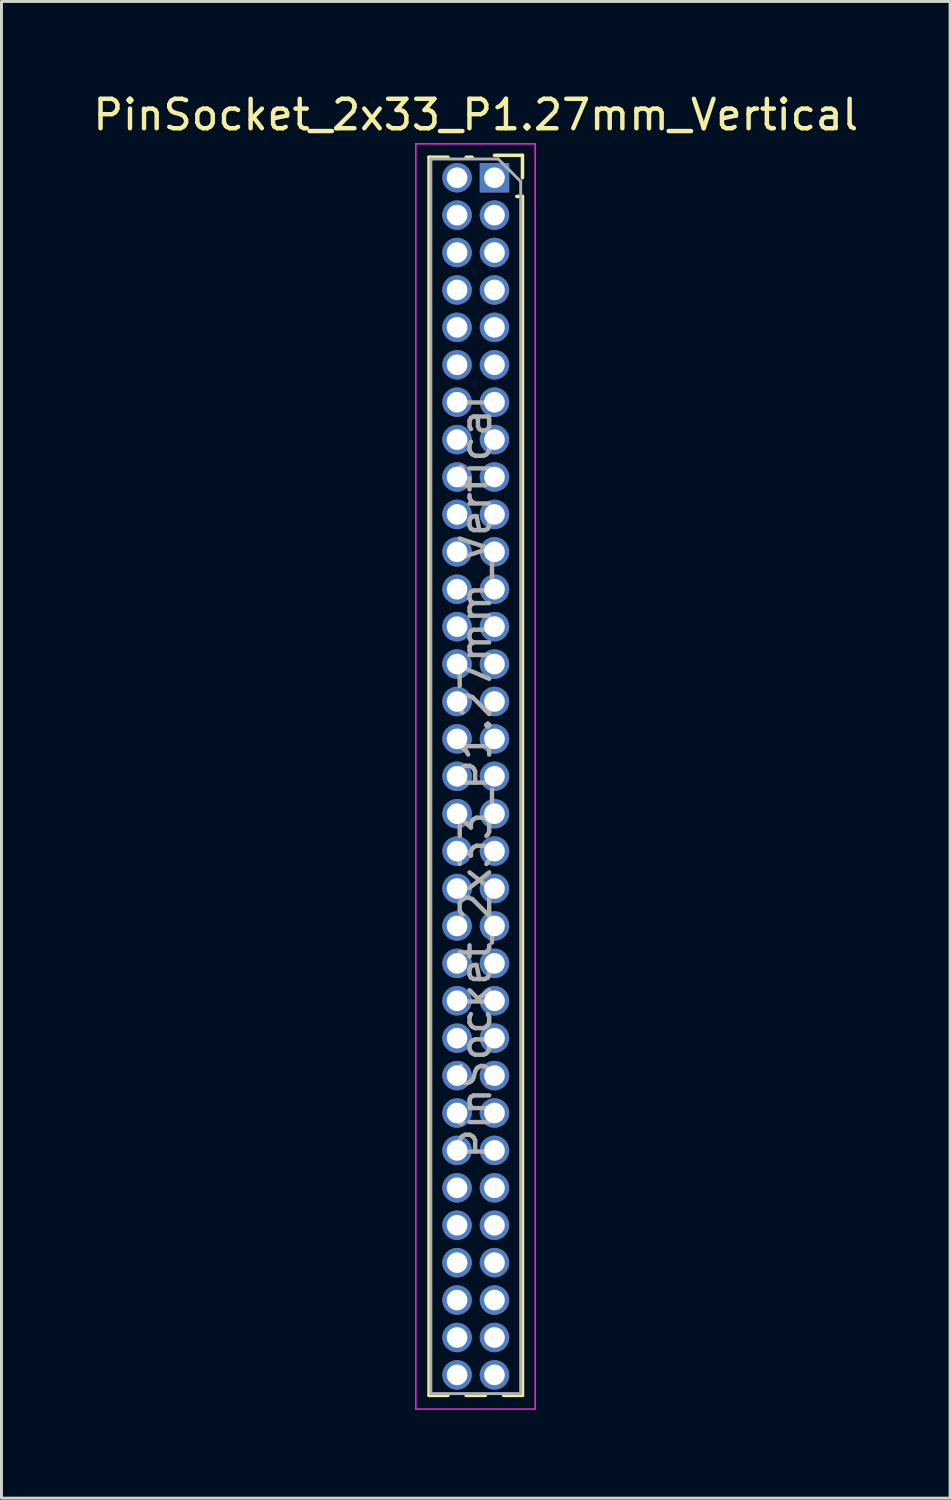
<source format=kicad_pcb>
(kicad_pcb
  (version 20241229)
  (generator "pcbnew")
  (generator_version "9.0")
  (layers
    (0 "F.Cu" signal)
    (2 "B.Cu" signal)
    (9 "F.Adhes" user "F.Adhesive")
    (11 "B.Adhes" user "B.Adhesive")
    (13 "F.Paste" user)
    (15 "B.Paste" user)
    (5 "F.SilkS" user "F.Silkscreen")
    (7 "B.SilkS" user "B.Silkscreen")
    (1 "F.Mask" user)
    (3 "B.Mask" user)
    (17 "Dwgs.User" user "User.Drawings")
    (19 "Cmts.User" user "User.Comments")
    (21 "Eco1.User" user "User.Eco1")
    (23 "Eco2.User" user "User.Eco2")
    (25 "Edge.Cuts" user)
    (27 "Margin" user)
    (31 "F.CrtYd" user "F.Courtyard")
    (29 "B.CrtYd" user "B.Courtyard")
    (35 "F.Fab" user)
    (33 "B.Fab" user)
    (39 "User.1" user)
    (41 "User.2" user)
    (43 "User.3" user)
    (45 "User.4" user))
  (footprint "PinSocket_2x33_P1.27mm_Vertical"
    (layer "F.Cu")
    (at 13.736 2.983)
    (property "Reference" "PinSocket_2x33_P1.27mm_Vertical" (at -0.635 -2.135 0) (layer "F.SilkS") (effects (font (size 1 1) (thickness 0.15))))
    (attr through_hole)
    (fp_line (start -2.22 -0.695) (end -2.22 41.335) (stroke (width 0.12) (type solid)) (layer "F.SilkS"))
    (fp_line (start -2.22 -0.695) (end -1.578 -0.695) (stroke (width 0.12) (type solid)) (layer "F.SilkS"))
    (fp_line (start -2.22 41.335) (end -1.578 41.335) (stroke (width 0.12) (type solid)) (layer "F.SilkS"))
    (fp_line (start -0.962 -0.695) (end -0.76 -0.695) (stroke (width 0.12) (type solid)) (layer "F.SilkS"))
    (fp_line (start -0.962 41.335) (end -0.308 41.335) (stroke (width 0.12) (type solid)) (layer "F.SilkS"))
    (fp_line (start 0 -0.76) (end 0.95 -0.76) (stroke (width 0.12) (type solid)) (layer "F.SilkS"))
    (fp_line (start 0.308 41.335) (end 0.95 41.335) (stroke (width 0.12) (type solid)) (layer "F.SilkS"))
    (fp_line (start 0.76 0.635) (end 0.95 0.635) (stroke (width 0.12) (type solid)) (layer "F.SilkS"))
    (fp_line (start 0.95 -0.76) (end 0.95 0) (stroke (width 0.12) (type solid)) (layer "F.SilkS"))
    (fp_line (start 0.95 0.635) (end 0.95 41.335) (stroke (width 0.12) (type solid)) (layer "F.SilkS"))
    (fp_line (start -2.67 -1.15) (end 1.38 -1.15) (stroke (width 0.05) (type solid)) (layer "F.CrtYd"))
    (fp_line (start -2.67 41.8) (end -2.67 -1.15) (stroke (width 0.05) (type solid)) (layer "F.CrtYd"))
    (fp_line (start 1.38 -1.15) (end 1.38 41.8) (stroke (width 0.05) (type solid)) (layer "F.CrtYd"))
    (fp_line (start 1.38 41.8) (end -2.67 41.8) (stroke (width 0.05) (type solid)) (layer "F.CrtYd"))
    (fp_line (start -2.16 -0.635) (end 0.128 -0.635) (stroke (width 0.1) (type solid)) (layer "F.Fab"))
    (fp_line (start -2.16 41.275) (end -2.16 -0.635) (stroke (width 0.1) (type solid)) (layer "F.Fab"))
    (fp_line (start 0.128 -0.635) (end 0.89 0.128) (stroke (width 0.1) (type solid)) (layer "F.Fab"))
    (fp_line (start 0.89 0.128) (end 0.89 41.275) (stroke (width 0.1) (type solid)) (layer "F.Fab"))
    (fp_line (start 0.89 41.275) (end -2.16 41.275) (stroke (width 0.1) (type solid)) (layer "F.Fab"))
    (fp_text user "${REFERENCE}" (at -0.635 20.32 90) (layer "F.Fab") (effects (font (size 1 1) (thickness 0.15))))
    (pad "1" thru_hole rect (at 0 0) (size 1 1) (drill 0.7) (layers "*.Cu" "*.Mask"))
    (pad "2" thru_hole oval (at -1.27 0) (size 1 1) (drill 0.7) (layers "*.Cu" "*.Mask"))
    (pad "3" thru_hole oval (at 0 1.27) (size 1 1) (drill 0.7) (layers "*.Cu" "*.Mask"))
    (pad "4" thru_hole oval (at -1.27 1.27) (size 1 1) (drill 0.7) (layers "*.Cu" "*.Mask"))
    (pad "5" thru_hole oval (at 0 2.54) (size 1 1) (drill 0.7) (layers "*.Cu" "*.Mask"))
    (pad "6" thru_hole oval (at -1.27 2.54) (size 1 1) (drill 0.7) (layers "*.Cu" "*.Mask"))
    (pad "7" thru_hole oval (at 0 3.81) (size 1 1) (drill 0.7) (layers "*.Cu" "*.Mask"))
    (pad "8" thru_hole oval (at -1.27 3.81) (size 1 1) (drill 0.7) (layers "*.Cu" "*.Mask"))
    (pad "9" thru_hole oval (at 0 5.08) (size 1 1) (drill 0.7) (layers "*.Cu" "*.Mask"))
    (pad "10" thru_hole oval (at -1.27 5.08) (size 1 1) (drill 0.7) (layers "*.Cu" "*.Mask"))
    (pad "11" thru_hole oval (at 0 6.35) (size 1 1) (drill 0.7) (layers "*.Cu" "*.Mask"))
    (pad "12" thru_hole oval (at -1.27 6.35) (size 1 1) (drill 0.7) (layers "*.Cu" "*.Mask"))
    (pad "13" thru_hole oval (at 0 7.62) (size 1 1) (drill 0.7) (layers "*.Cu" "*.Mask"))
    (pad "14" thru_hole oval (at -1.27 7.62) (size 1 1) (drill 0.7) (layers "*.Cu" "*.Mask"))
    (pad "15" thru_hole oval (at 0 8.89) (size 1 1) (drill 0.7) (layers "*.Cu" "*.Mask"))
    (pad "16" thru_hole oval (at -1.27 8.89) (size 1 1) (drill 0.7) (layers "*.Cu" "*.Mask"))
    (pad "17" thru_hole oval (at 0 10.16) (size 1 1) (drill 0.7) (layers "*.Cu" "*.Mask"))
    (pad "18" thru_hole oval (at -1.27 10.16) (size 1 1) (drill 0.7) (layers "*.Cu" "*.Mask"))
    (pad "19" thru_hole oval (at 0 11.43) (size 1 1) (drill 0.7) (layers "*.Cu" "*.Mask"))
    (pad "20" thru_hole oval (at -1.27 11.43) (size 1 1) (drill 0.7) (layers "*.Cu" "*.Mask"))
    (pad "21" thru_hole oval (at 0 12.7) (size 1 1) (drill 0.7) (layers "*.Cu" "*.Mask"))
    (pad "22" thru_hole oval (at -1.27 12.7) (size 1 1) (drill 0.7) (layers "*.Cu" "*.Mask"))
    (pad "23" thru_hole oval (at 0 13.97) (size 1 1) (drill 0.7) (layers "*.Cu" "*.Mask"))
    (pad "24" thru_hole oval (at -1.27 13.97) (size 1 1) (drill 0.7) (layers "*.Cu" "*.Mask"))
    (pad "25" thru_hole oval (at 0 15.24) (size 1 1) (drill 0.7) (layers "*.Cu" "*.Mask"))
    (pad "26" thru_hole oval (at -1.27 15.24) (size 1 1) (drill 0.7) (layers "*.Cu" "*.Mask"))
    (pad "27" thru_hole oval (at 0 16.51) (size 1 1) (drill 0.7) (layers "*.Cu" "*.Mask"))
    (pad "28" thru_hole oval (at -1.27 16.51) (size 1 1) (drill 0.7) (layers "*.Cu" "*.Mask"))
    (pad "29" thru_hole oval (at 0 17.78) (size 1 1) (drill 0.7) (layers "*.Cu" "*.Mask"))
    (pad "30" thru_hole oval (at -1.27 17.78) (size 1 1) (drill 0.7) (layers "*.Cu" "*.Mask"))
    (pad "31" thru_hole oval (at 0 19.05) (size 1 1) (drill 0.7) (layers "*.Cu" "*.Mask"))
    (pad "32" thru_hole oval (at -1.27 19.05) (size 1 1) (drill 0.7) (layers "*.Cu" "*.Mask"))
    (pad "33" thru_hole oval (at 0 20.32) (size 1 1) (drill 0.7) (layers "*.Cu" "*.Mask"))
    (pad "34" thru_hole oval (at -1.27 20.32) (size 1 1) (drill 0.7) (layers "*.Cu" "*.Mask"))
    (pad "35" thru_hole oval (at 0 21.59) (size 1 1) (drill 0.7) (layers "*.Cu" "*.Mask"))
    (pad "36" thru_hole oval (at -1.27 21.59) (size 1 1) (drill 0.7) (layers "*.Cu" "*.Mask"))
    (pad "37" thru_hole oval (at 0 22.86) (size 1 1) (drill 0.7) (layers "*.Cu" "*.Mask"))
    (pad "38" thru_hole oval (at -1.27 22.86) (size 1 1) (drill 0.7) (layers "*.Cu" "*.Mask"))
    (pad "39" thru_hole oval (at 0 24.13) (size 1 1) (drill 0.7) (layers "*.Cu" "*.Mask"))
    (pad "40" thru_hole oval (at -1.27 24.13) (size 1 1) (drill 0.7) (layers "*.Cu" "*.Mask"))
    (pad "41" thru_hole oval (at 0 25.4) (size 1 1) (drill 0.7) (layers "*.Cu" "*.Mask"))
    (pad "42" thru_hole oval (at -1.27 25.4) (size 1 1) (drill 0.7) (layers "*.Cu" "*.Mask"))
    (pad "43" thru_hole oval (at 0 26.67) (size 1 1) (drill 0.7) (layers "*.Cu" "*.Mask"))
    (pad "44" thru_hole oval (at -1.27 26.67) (size 1 1) (drill 0.7) (layers "*.Cu" "*.Mask"))
    (pad "45" thru_hole oval (at 0 27.94) (size 1 1) (drill 0.7) (layers "*.Cu" "*.Mask"))
    (pad "46" thru_hole oval (at -1.27 27.94) (size 1 1) (drill 0.7) (layers "*.Cu" "*.Mask"))
    (pad "47" thru_hole oval (at 0 29.21) (size 1 1) (drill 0.7) (layers "*.Cu" "*.Mask"))
    (pad "48" thru_hole oval (at -1.27 29.21) (size 1 1) (drill 0.7) (layers "*.Cu" "*.Mask"))
    (pad "49" thru_hole oval (at 0 30.48) (size 1 1) (drill 0.7) (layers "*.Cu" "*.Mask"))
    (pad "50" thru_hole oval (at -1.27 30.48) (size 1 1) (drill 0.7) (layers "*.Cu" "*.Mask"))
    (pad "51" thru_hole oval (at 0 31.75) (size 1 1) (drill 0.7) (layers "*.Cu" "*.Mask"))
    (pad "52" thru_hole oval (at -1.27 31.75) (size 1 1) (drill 0.7) (layers "*.Cu" "*.Mask"))
    (pad "53" thru_hole oval (at 0 33.02) (size 1 1) (drill 0.7) (layers "*.Cu" "*.Mask"))
    (pad "54" thru_hole oval (at -1.27 33.02) (size 1 1) (drill 0.7) (layers "*.Cu" "*.Mask"))
    (pad "55" thru_hole oval (at 0 34.29) (size 1 1) (drill 0.7) (layers "*.Cu" "*.Mask"))
    (pad "56" thru_hole oval (at -1.27 34.29) (size 1 1) (drill 0.7) (layers "*.Cu" "*.Mask"))
    (pad "57" thru_hole oval (at 0 35.56) (size 1 1) (drill 0.7) (layers "*.Cu" "*.Mask"))
    (pad "58" thru_hole oval (at -1.27 35.56) (size 1 1) (drill 0.7) (layers "*.Cu" "*.Mask"))
    (pad "59" thru_hole oval (at 0 36.83) (size 1 1) (drill 0.7) (layers "*.Cu" "*.Mask"))
    (pad "60" thru_hole oval (at -1.27 36.83) (size 1 1) (drill 0.7) (layers "*.Cu" "*.Mask"))
    (pad "61" thru_hole oval (at 0 38.1) (size 1 1) (drill 0.7) (layers "*.Cu" "*.Mask"))
    (pad "62" thru_hole oval (at -1.27 38.1) (size 1 1) (drill 0.7) (layers "*.Cu" "*.Mask"))
    (pad "63" thru_hole oval (at 0 39.37) (size 1 1) (drill 0.7) (layers "*.Cu" "*.Mask"))
    (pad "64" thru_hole oval (at -1.27 39.37) (size 1 1) (drill 0.7) (layers "*.Cu" "*.Mask"))
    (pad "65" thru_hole oval (at 0 40.64) (size 1 1) (drill 0.7) (layers "*.Cu" "*.Mask"))
    (pad "66" thru_hole oval (at -1.27 40.64) (size 1 1) (drill 0.7) (layers "*.Cu" "*.Mask")))
  (gr_rect
    (start -3 -3)
    (end 29.202 47.808)
    (stroke (width 0.1) (type default))
    (fill no)
    (layer "Edge.Cuts")))
</source>
